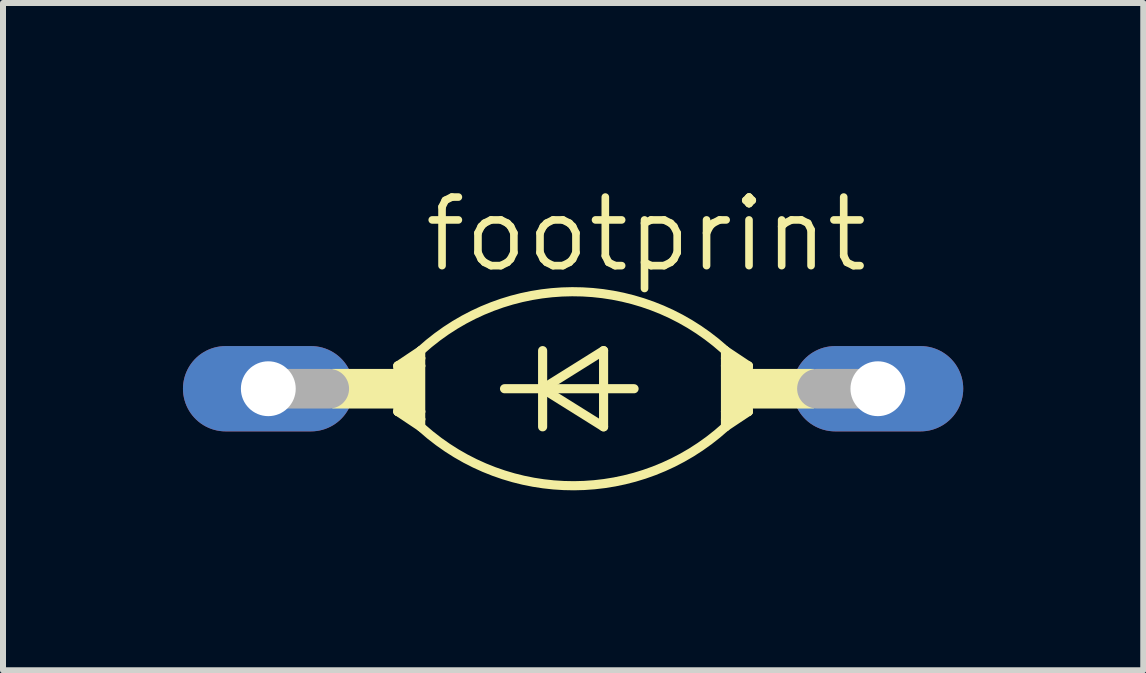
<source format=kicad_pcb>
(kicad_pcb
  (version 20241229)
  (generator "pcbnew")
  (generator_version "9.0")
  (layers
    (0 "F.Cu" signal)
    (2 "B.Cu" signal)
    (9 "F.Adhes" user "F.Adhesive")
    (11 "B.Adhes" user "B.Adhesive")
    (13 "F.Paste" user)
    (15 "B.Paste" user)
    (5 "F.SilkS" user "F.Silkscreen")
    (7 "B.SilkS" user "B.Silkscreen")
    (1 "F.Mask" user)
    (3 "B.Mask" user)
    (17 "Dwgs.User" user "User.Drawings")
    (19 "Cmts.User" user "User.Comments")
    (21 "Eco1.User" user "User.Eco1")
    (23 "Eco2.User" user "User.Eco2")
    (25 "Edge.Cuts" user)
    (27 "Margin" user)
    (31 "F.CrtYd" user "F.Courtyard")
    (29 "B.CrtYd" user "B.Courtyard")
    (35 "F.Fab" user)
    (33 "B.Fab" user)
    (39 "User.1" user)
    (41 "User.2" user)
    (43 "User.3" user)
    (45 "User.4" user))
  (footprint "footprint"
    (layer "F.Cu")
    (at 6.502 3.429)
    (property "Reference" "footprint" (at -2.54 -1.905 0) (layer "F.SilkS") (effects (font (size 1.143 1.143) (thickness 0.127)) (justify left bottom)))
    (fp_line (start -2.921 -0.381) (end -2.921 0.381) (stroke (width 0.152) (type solid)) (layer "F.SilkS"))
    (fp_line (start -2.921 -0.381) (end -2.794 -0.381) (stroke (width 0.152) (type solid)) (layer "F.SilkS"))
    (fp_line (start -2.921 0.381) (end -2.794 0.381) (stroke (width 0.152) (type solid)) (layer "F.SilkS"))
    (fp_line (start -2.921 0.381) (end -2.54 0.635) (stroke (width 0.152) (type solid)) (layer "F.SilkS"))
    (fp_line (start -2.794 -0.381) (end -2.54 -0.381) (stroke (width 0.152) (type solid)) (layer "F.SilkS"))
    (fp_line (start -2.794 0.381) (end -2.54 0.381) (stroke (width 0.152) (type solid)) (layer "F.SilkS"))
    (fp_line (start -2.54 -0.635) (end -2.921 -0.381) (stroke (width 0.152) (type solid)) (layer "F.SilkS"))
    (fp_line (start -2.54 -0.635) (end -2.54 -0.508) (stroke (width 0.152) (type solid)) (layer "F.SilkS"))
    (fp_line (start -2.54 -0.508) (end -2.794 -0.381) (stroke (width 0.152) (type solid)) (layer "F.SilkS"))
    (fp_line (start -2.54 -0.508) (end -2.54 -0.381) (stroke (width 0.152) (type solid)) (layer "F.SilkS"))
    (fp_line (start -2.54 -0.381) (end -2.54 0.381) (stroke (width 0.152) (type solid)) (layer "F.SilkS"))
    (fp_line (start -2.54 0.381) (end -2.54 0.508) (stroke (width 0.152) (type solid)) (layer "F.SilkS"))
    (fp_line (start -2.54 0.508) (end -2.794 0.381) (stroke (width 0.152) (type solid)) (layer "F.SilkS"))
    (fp_line (start -2.54 0.508) (end -2.54 0.635) (stroke (width 0.152) (type solid)) (layer "F.SilkS"))
    (fp_line (start -1.143 0) (end -0.508 0) (stroke (width 0.152) (type solid)) (layer "F.SilkS"))
    (fp_line (start -0.508 -0.635) (end -0.508 0) (stroke (width 0.152) (type solid)) (layer "F.SilkS"))
    (fp_line (start -0.508 0) (end -0.508 0.635) (stroke (width 0.152) (type solid)) (layer "F.SilkS"))
    (fp_line (start -0.508 0) (end 0.508 -0.635) (stroke (width 0.152) (type solid)) (layer "F.SilkS"))
    (fp_line (start -0.508 0) (end 1.016 0) (stroke (width 0.152) (type solid)) (layer "F.SilkS"))
    (fp_line (start 0.508 -0.635) (end 0.508 0.635) (stroke (width 0.152) (type solid)) (layer "F.SilkS"))
    (fp_line (start 0.508 0.635) (end -0.508 0) (stroke (width 0.152) (type solid)) (layer "F.SilkS"))
    (fp_line (start 2.54 -0.635) (end 2.921 -0.381) (stroke (width 0.152) (type solid)) (layer "F.SilkS"))
    (fp_line (start 2.54 -0.508) (end 2.54 -0.635) (stroke (width 0.152) (type solid)) (layer "F.SilkS"))
    (fp_line (start 2.54 -0.508) (end 2.794 -0.381) (stroke (width 0.152) (type solid)) (layer "F.SilkS"))
    (fp_line (start 2.54 -0.381) (end 2.54 -0.508) (stroke (width 0.152) (type solid)) (layer "F.SilkS"))
    (fp_line (start 2.54 0.381) (end 2.54 -0.381) (stroke (width 0.152) (type solid)) (layer "F.SilkS"))
    (fp_line (start 2.54 0.508) (end 2.54 0.381) (stroke (width 0.152) (type solid)) (layer "F.SilkS"))
    (fp_line (start 2.54 0.508) (end 2.794 0.381) (stroke (width 0.152) (type solid)) (layer "F.SilkS"))
    (fp_line (start 2.54 0.635) (end 2.54 0.508) (stroke (width 0.152) (type solid)) (layer "F.SilkS"))
    (fp_line (start 2.54 0.635) (end 2.921 0.381) (stroke (width 0.152) (type solid)) (layer "F.SilkS"))
    (fp_line (start 2.794 -0.381) (end 2.54 -0.381) (stroke (width 0.152) (type solid)) (layer "F.SilkS"))
    (fp_line (start 2.794 0.381) (end 2.54 0.381) (stroke (width 0.152) (type solid)) (layer "F.SilkS"))
    (fp_line (start 2.921 -0.381) (end 2.794 -0.381) (stroke (width 0.152) (type solid)) (layer "F.SilkS"))
    (fp_line (start 2.921 -0.381) (end 2.921 0.381) (stroke (width 0.152) (type solid)) (layer "F.SilkS"))
    (fp_line (start 2.921 0.381) (end 2.794 0.381) (stroke (width 0.152) (type solid)) (layer "F.SilkS"))
    (fp_arc (start -2.54 -0.635) (mid -0.014944 -1.616944) (end 2.517799 -0.655001) (stroke (width 0.1524) (type solid)) (layer "F.SilkS"))
    (fp_arc (start 2.539999 0.635001) (mid 0.014943 1.616944) (end -2.5178 0.655) (stroke (width 0.1524) (type solid)) (layer "F.SilkS"))
    (fp_poly (pts (xy -4.013 0.33) (xy -2.921 0.33) (xy -2.921 -0.33) (xy -4.013 -0.33)) (stroke (width 0) (type solid)) (fill yes) (layer "F.SilkS"))
    (fp_poly (pts (xy -2.921 0.381) (xy -2.54 0.381) (xy -2.54 -0.381) (xy -2.921 -0.381)) (stroke (width 0) (type solid)) (fill yes) (layer "F.SilkS"))
    (fp_poly (pts (xy 2.54 0.381) (xy 2.921 0.381) (xy 2.921 -0.381) (xy 2.54 -0.381)) (stroke (width 0) (type solid)) (fill yes) (layer "F.SilkS"))
    (fp_poly (pts (xy 2.921 0.33) (xy 4.013 0.33) (xy 4.013 -0.33) (xy 2.921 -0.33)) (stroke (width 0) (type solid)) (fill yes) (layer "F.SilkS"))
    (fp_line (start -5.08 0) (end -4.064 0) (stroke (width 0.66) (type solid)) (layer "F.Fab"))
    (fp_line (start 5.08 0) (end 4.064 0) (stroke (width 0.66) (type solid)) (layer "F.Fab"))
    (pad "A" thru_hole oval (at 5.08 0) (size 2.845 1.422) (drill 0.914) (layers "*.Cu" "*.Mask"))
    (pad "C" thru_hole oval (at -5.08 0) (size 2.845 1.422) (drill 0.914) (layers "*.Cu" "*.Mask")))
  (gr_rect
    (start -3 -3)
    (end 16.005 8.122)
    (stroke (width 0.1) (type default))
    (fill no)
    (layer "Edge.Cuts")))
</source>
